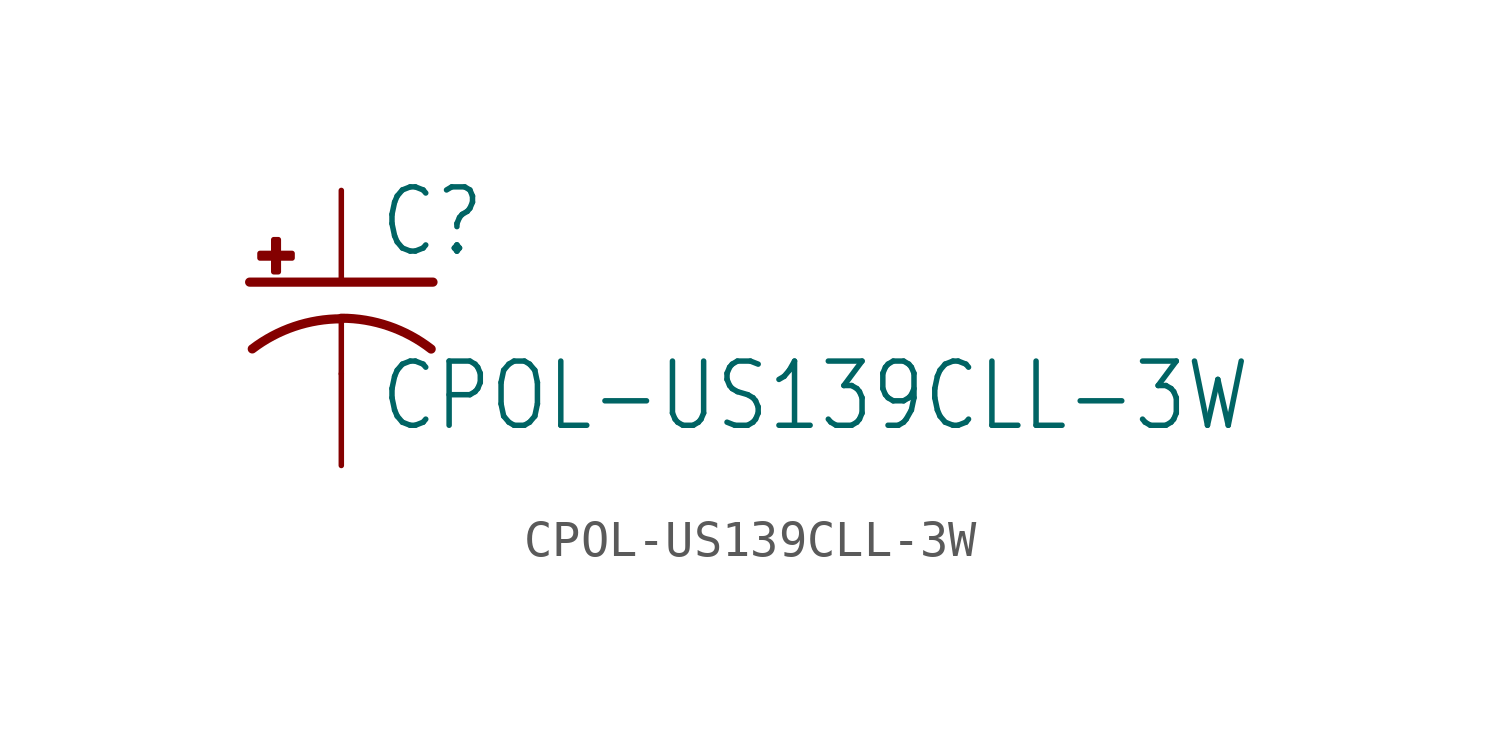
<source format=kicad_sym>
(kicad_symbol_lib
  (version 20211014)
  (generator kicad_symbol_editor)
  (symbol "CPOL-US139CLL-3W"
    (property "Reference" "C"
      (at 1.016 0.635 0)
      (effects (font (size 1.778 1.511)) (justify left bottom)))
    (property "Value" "CPOL-US139CLL-3W"
      (at 1.016 -4.191 0)
      (effects (font (size 1.778 1.511)) (justify left bottom)))
    (property "ki_locked" ""
      (at 0 0 0)
      (effects (font (size 1.27 1.27))))
    (symbol "CPOL-US139CLL-3W_1_0"
      (rectangle (start -2.253 0.668) (end -1.364 0.795) (stroke (width 0) (type default) (color 0 0 0 0)) (fill (type outline)))
      (rectangle (start -1.872 0.287) (end -1.745 1.176) (stroke (width 0) (type default) (color 0 0 0 0)) (fill (type outline)))
      (arc (start 0 -1.0161) (mid -1.3021 -1.2302) (end -2.4669 -1.8504) (stroke (width 0.254) (type default) (color 0 0 0 0)) (fill (type none)))
      (polyline (pts (xy -2.54 0) (xy 2.54 0)) (stroke (width 0.254) (type default) (color 0 0 0 0)) (fill (type none)))
      (polyline (pts (xy 0 -1.016) (xy 0 -2.54)) (stroke (width 0.152) (type default) (color 0 0 0 0)) (fill (type none)))
      (arc (start 2.4892 -1.8542) (mid 1.3158 -1.2195) (end 0 -1) (stroke (width 0.254) (type default) (color 0 0 0 0)) (fill (type none)))
      (pin passive line (at 0 2.54 270) (length 2.54) (name "+" (effects (font (size 0 0)))) (number "+" (effects (font (size 0 0)))))
      (pin passive line (at 0 -5.08 90) (length 2.54) (name "-" (effects (font (size 0 0)))) (number "-" (effects (font (size 0 0))))))))
</source>
